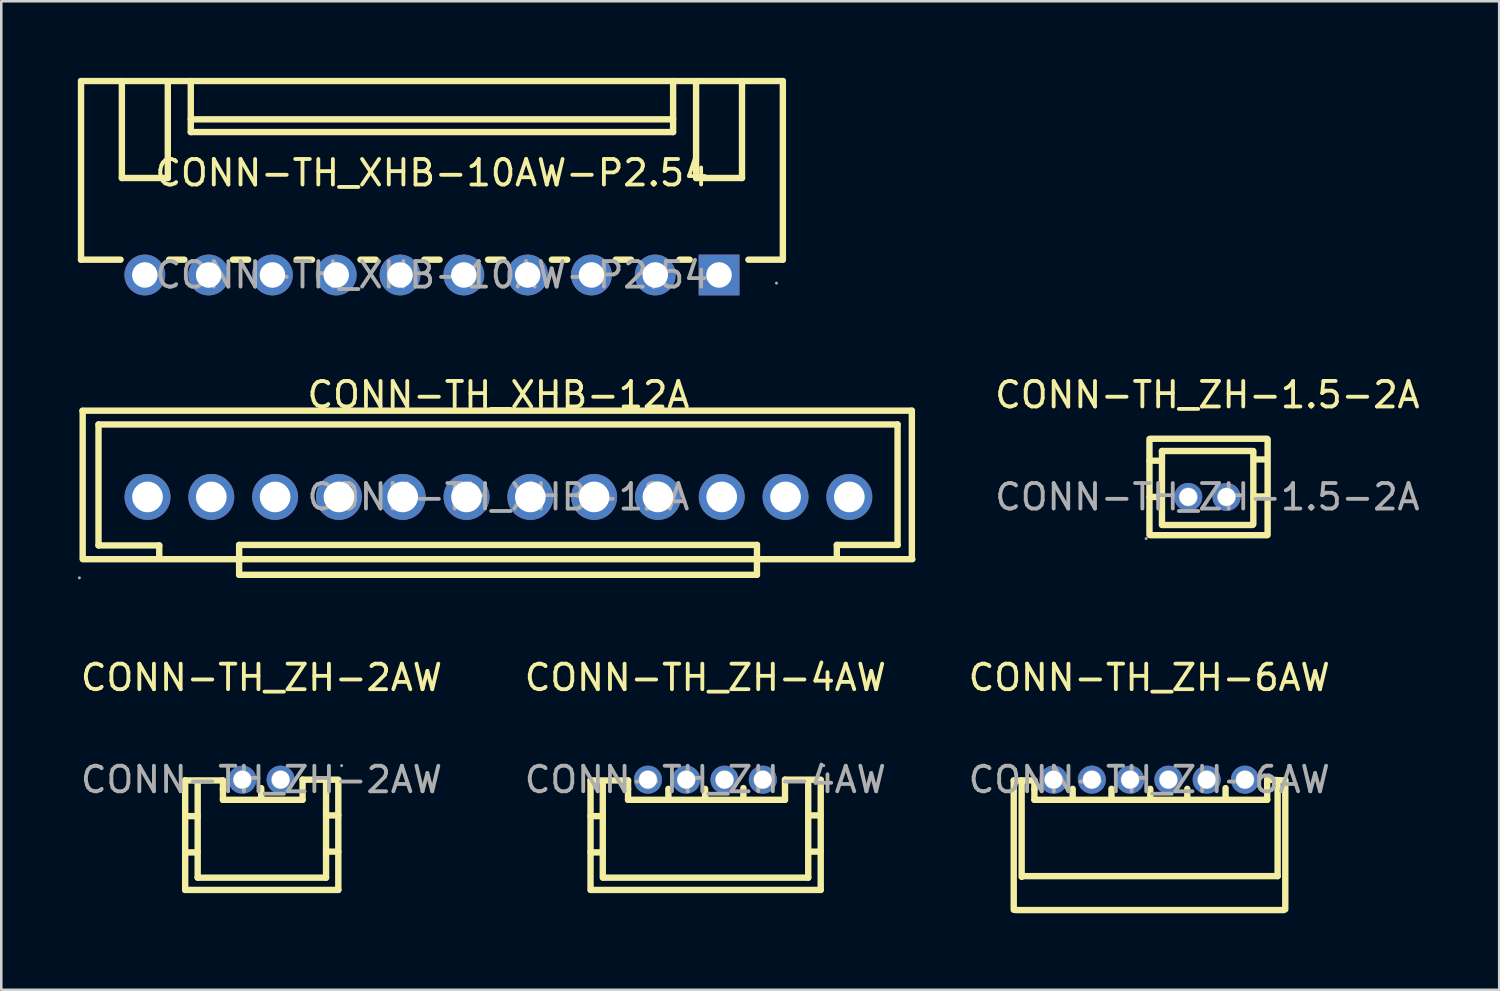
<source format=kicad_pcb>
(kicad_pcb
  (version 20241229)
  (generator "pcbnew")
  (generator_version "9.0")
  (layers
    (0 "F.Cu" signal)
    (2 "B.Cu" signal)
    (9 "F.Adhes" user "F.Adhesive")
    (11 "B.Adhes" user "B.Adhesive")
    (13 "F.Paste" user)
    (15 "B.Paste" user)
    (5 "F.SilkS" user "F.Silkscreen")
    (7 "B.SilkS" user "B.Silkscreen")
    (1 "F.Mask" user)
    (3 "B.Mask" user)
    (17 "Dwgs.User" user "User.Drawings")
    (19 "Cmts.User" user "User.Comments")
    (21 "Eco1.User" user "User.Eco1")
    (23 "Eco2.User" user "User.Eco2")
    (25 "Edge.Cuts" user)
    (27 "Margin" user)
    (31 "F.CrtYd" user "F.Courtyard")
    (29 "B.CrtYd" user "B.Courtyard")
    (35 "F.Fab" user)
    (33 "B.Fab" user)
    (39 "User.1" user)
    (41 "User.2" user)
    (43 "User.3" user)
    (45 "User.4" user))
  (footprint "CONN-TH_ZH-1.5-2A"
    (layer "F.Cu")
    (at 44.26 16.422)
    (property "Reference" "CONN-TH_ZH-1.5-2A" (at 0 -4 0) (layer "F.SilkS") (effects (font (size 1 1) (thickness 0.15))))
    (attr through_hole)
    (fp_line (start -2.27 1.48) (end -2.27 -2.27) (stroke (width 0.25) (type solid)) (layer "F.SilkS"))
    (fp_line (start -2.24 1.5) (end 2.33 1.5) (stroke (width 0.25) (type solid)) (layer "F.SilkS"))
    (fp_line (start -2.23 -2.28) (end 2.34 -2.28) (stroke (width 0.25) (type solid)) (layer "F.SilkS"))
    (fp_line (start -1.78 -1.8) (end -1.78 1.07) (stroke (width 0.25) (type solid)) (layer "F.SilkS"))
    (fp_line (start -1.78 -1.8) (end 1.77 -1.8) (stroke (width 0.25) (type solid)) (layer "F.SilkS"))
    (fp_line (start -1.78 -1.42) (end -2.27 -1.42) (stroke (width 0.25) (type solid)) (layer "F.SilkS"))
    (fp_line (start -1.78 0) (end -2.27 0) (stroke (width 0.25) (type solid)) (layer "F.SilkS"))
    (fp_line (start -1.78 1.1) (end 1.77 1.1) (stroke (width 0.25) (type solid)) (layer "F.SilkS"))
    (fp_line (start 1.8 -1.8) (end 1.8 1.07) (stroke (width 0.25) (type solid)) (layer "F.SilkS"))
    (fp_line (start 1.82 -1.47) (end 2.32 -1.47) (stroke (width 0.25) (type solid)) (layer "F.SilkS"))
    (fp_line (start 1.82 -0.02) (end 2.32 -0.02) (stroke (width 0.25) (type solid)) (layer "F.SilkS"))
    (fp_line (start 2.36 1.49) (end 2.36 -2.26) (stroke (width 0.25) (type solid)) (layer "F.SilkS"))
    (fp_circle (center -2.4 1.63) (end -2.37 1.63) (stroke (width 0.06) (type solid)) (fill no) (layer "F.Fab"))
    (fp_circle (center -0.75 0) (end -0.63 0) (stroke (width 0.25) (type solid)) (fill no) (layer "F.Fab"))
    (fp_circle (center 0.75 0) (end 0.87 0) (stroke (width 0.25) (type solid)) (fill no) (layer "F.Fab"))
    (fp_text user "${REFERENCE}" (at 0 0 0) (layer "F.Fab") (effects (font (size 1 1) (thickness 0.15))))
    (pad "1" thru_hole circle (at -0.75 0) (size 1.1 1.1) (drill 0.7) (layers "*.Cu" "*.Paste" "*.Mask"))
    (pad "2" thru_hole circle (at 0.75 0) (size 1.1 1.1) (drill 0.7) (layers "*.Cu" "*.Paste" "*.Mask")))
  (footprint "CONN-TH_XHB-10AW-P2.54"
    (layer "F.Cu")
    (at 13.875 7.725)
    (property "Reference" "CONN-TH_XHB-10AW-P2.54" (at 0 -4 0) (layer "F.SilkS") (effects (font (size 1 1) (thickness 0.15))))
    (attr through_hole)
    (fp_line (start -13.75 -0.6) (end -13.75 -7.6) (stroke (width 0.25) (type solid)) (layer "F.SilkS"))
    (fp_line (start -13.75 -0.6) (end -12.2 -0.6) (stroke (width 0.25) (type solid)) (layer "F.SilkS"))
    (fp_line (start -12.15 -7.6) (end -12.15 -3.8) (stroke (width 0.25) (type solid)) (layer "F.SilkS"))
    (fp_line (start -12.15 -3.8) (end -10.35 -3.8) (stroke (width 0.25) (type solid)) (layer "F.SilkS"))
    (fp_line (start -10.35 -7.6) (end -10.35 -3.8) (stroke (width 0.25) (type solid)) (layer "F.SilkS"))
    (fp_line (start -10.3 -0.6) (end -9.7 -0.6) (stroke (width 0.25) (type solid)) (layer "F.SilkS"))
    (fp_line (start -9.45 -6.1) (end 9.45 -6.1) (stroke (width 0.25) (type solid)) (layer "F.SilkS"))
    (fp_line (start -9.45 -5.6) (end -9.45 -7.6) (stroke (width 0.25) (type solid)) (layer "F.SilkS"))
    (fp_line (start -9.45 -5.6) (end 9.45 -5.6) (stroke (width 0.25) (type solid)) (layer "F.SilkS"))
    (fp_line (start -7.8 -0.6) (end -7.2 -0.6) (stroke (width 0.25) (type solid)) (layer "F.SilkS"))
    (fp_line (start -5.3 -0.6) (end -4.7 -0.6) (stroke (width 0.25) (type solid)) (layer "F.SilkS"))
    (fp_line (start -2.8 -0.6) (end -2.2 -0.6) (stroke (width 0.25) (type solid)) (layer "F.SilkS"))
    (fp_line (start -0.3 -0.6) (end 0.3 -0.6) (stroke (width 0.25) (type solid)) (layer "F.SilkS"))
    (fp_line (start 2.2 -0.6) (end 2.8 -0.6) (stroke (width 0.25) (type solid)) (layer "F.SilkS"))
    (fp_line (start 4.7 -0.6) (end 5.3 -0.6) (stroke (width 0.25) (type solid)) (layer "F.SilkS"))
    (fp_line (start 7.2 -0.6) (end 7.8 -0.6) (stroke (width 0.25) (type solid)) (layer "F.SilkS"))
    (fp_line (start 9.45 -5.6) (end 9.45 -7.6) (stroke (width 0.25) (type solid)) (layer "F.SilkS"))
    (fp_line (start 9.7 -0.6) (end 10.1 -0.6) (stroke (width 0.25) (type solid)) (layer "F.SilkS"))
    (fp_line (start 10.35 -7.6) (end 10.35 -3.8) (stroke (width 0.25) (type solid)) (layer "F.SilkS"))
    (fp_line (start 10.35 -3.8) (end 12.15 -3.8) (stroke (width 0.25) (type solid)) (layer "F.SilkS"))
    (fp_line (start 12.15 -7.6) (end 12.15 -3.8) (stroke (width 0.25) (type solid)) (layer "F.SilkS"))
    (fp_line (start 12.4 -0.6) (end 13.75 -0.6) (stroke (width 0.25) (type solid)) (layer "F.SilkS"))
    (fp_line (start 13.75 -7.6) (end -13.75 -7.6) (stroke (width 0.25) (type solid)) (layer "F.SilkS"))
    (fp_line (start 13.75 -0.6) (end 13.75 -7.6) (stroke (width 0.25) (type solid)) (layer "F.SilkS"))
    (fp_circle (center 13.5 0.32) (end 13.53 0.32) (stroke (width 0.06) (type solid)) (fill no) (layer "F.Fab"))
    (fp_text user "${REFERENCE}" (at 0 0 0) (layer "F.Fab") (effects (font (size 1 1) (thickness 0.15))))
    (pad "1" thru_hole rect (at 11.25 0) (size 1.6 1.6) (drill 1) (layers "*.Cu" "*.Paste" "*.Mask"))
    (pad "2" thru_hole circle (at 8.75 0) (size 1.6 1.6) (drill 1) (layers "*.Cu" "*.Paste" "*.Mask"))
    (pad "3" thru_hole circle (at 6.25 0) (size 1.6 1.6) (drill 1) (layers "*.Cu" "*.Paste" "*.Mask"))
    (pad "4" thru_hole circle (at 3.75 0) (size 1.6 1.6) (drill 1) (layers "*.Cu" "*.Paste" "*.Mask"))
    (pad "5" thru_hole circle (at 1.25 0) (size 1.6 1.6) (drill 1) (layers "*.Cu" "*.Paste" "*.Mask"))
    (pad "6" thru_hole circle (at -1.25 0) (size 1.6 1.6) (drill 1) (layers "*.Cu" "*.Paste" "*.Mask"))
    (pad "7" thru_hole circle (at -3.75 0) (size 1.6 1.6) (drill 1) (layers "*.Cu" "*.Paste" "*.Mask"))
    (pad "8" thru_hole circle (at -6.25 0) (size 1.6 1.6) (drill 1) (layers "*.Cu" "*.Paste" "*.Mask"))
    (pad "9" thru_hole circle (at -8.75 0) (size 1.6 1.6) (drill 1) (layers "*.Cu" "*.Paste" "*.Mask"))
    (pad "10" thru_hole circle (at -11.25 0) (size 1.6 1.6) (drill 1) (layers "*.Cu" "*.Paste" "*.Mask")))
  (footprint "CONN-TH_XHB-12A"
    (layer "F.Cu")
    (at 16.48 16.422)
    (property "Reference" "CONN-TH_XHB-12A" (at 0 -4 0) (layer "F.SilkS") (effects (font (size 1 1) (thickness 0.15))))
    (attr through_hole)
    (fp_line (start -16.3 -3.38) (end 16.2 -3.38) (stroke (width 0.25) (type solid)) (layer "F.SilkS"))
    (fp_line (start -16.29 -3.37) (end -16.29 2.43) (stroke (width 0.25) (type solid)) (layer "F.SilkS"))
    (fp_line (start -16.28 2.44) (end 16.22 2.44) (stroke (width 0.25) (type solid)) (layer "F.SilkS"))
    (fp_line (start -15.67 -2.84) (end -15.67 1.9) (stroke (width 0.25) (type solid)) (layer "F.SilkS"))
    (fp_line (start -15.67 -2.84) (end 15.64 -2.84) (stroke (width 0.25) (type solid)) (layer "F.SilkS"))
    (fp_line (start -15.67 1.9) (end -13.29 1.9) (stroke (width 0.25) (type solid)) (layer "F.SilkS"))
    (fp_line (start -13.29 1.9) (end -13.29 2.41) (stroke (width 0.25) (type solid)) (layer "F.SilkS"))
    (fp_line (start -10.16 1.88) (end -10.16 2.39) (stroke (width 0.25) (type solid)) (layer "F.SilkS"))
    (fp_line (start -10.16 1.88) (end 10.13 1.88) (stroke (width 0.25) (type solid)) (layer "F.SilkS"))
    (fp_line (start -10.16 3.02) (end -10.16 2.51) (stroke (width 0.25) (type solid)) (layer "F.SilkS"))
    (fp_line (start -10.16 3.05) (end -10.16 3.05) (stroke (width 0.25) (type solid)) (layer "F.SilkS"))
    (fp_line (start 10.13 1.88) (end 10.13 1.88) (stroke (width 0.25) (type solid)) (layer "F.SilkS"))
    (fp_line (start 10.13 1.9) (end 10.13 2.41) (stroke (width 0.25) (type solid)) (layer "F.SilkS"))
    (fp_line (start 10.13 3.05) (end -10.16 3.05) (stroke (width 0.25) (type solid)) (layer "F.SilkS"))
    (fp_line (start 10.13 3.05) (end 10.13 2.54) (stroke (width 0.25) (type solid)) (layer "F.SilkS"))
    (fp_line (start 13.26 1.88) (end 13.26 2.39) (stroke (width 0.25) (type solid)) (layer "F.SilkS"))
    (fp_line (start 13.26 1.88) (end 15.64 1.88) (stroke (width 0.25) (type solid)) (layer "F.SilkS"))
    (fp_line (start 15.64 -2.84) (end 15.64 1.88) (stroke (width 0.25) (type solid)) (layer "F.SilkS"))
    (fp_line (start 15.64 1.88) (end 15.64 1.88) (stroke (width 0.25) (type solid)) (layer "F.SilkS"))
    (fp_line (start 16.2 -3.38) (end 16.2 2.41) (stroke (width 0.25) (type solid)) (layer "F.SilkS"))
    (fp_circle (center -16.42 3.17) (end -16.39 3.17) (stroke (width 0.06) (type solid)) (fill no) (layer "F.Fab"))
    (fp_circle (center -13.75 0) (end -13.5 0) (stroke (width 0.5) (type solid)) (fill no) (layer "F.Fab"))
    (fp_circle (center -11.25 0) (end -11 0) (stroke (width 0.5) (type solid)) (fill no) (layer "F.Fab"))
    (fp_circle (center -8.75 0) (end -8.5 0) (stroke (width 0.5) (type solid)) (fill no) (layer "F.Fab"))
    (fp_circle (center -6.25 0) (end -6 0) (stroke (width 0.5) (type solid)) (fill no) (layer "F.Fab"))
    (fp_circle (center -3.75 0) (end -3.5 0) (stroke (width 0.5) (type solid)) (fill no) (layer "F.Fab"))
    (fp_circle (center -1.25 0) (end -1 0) (stroke (width 0.5) (type solid)) (fill no) (layer "F.Fab"))
    (fp_circle (center 1.25 0) (end 1.5 0) (stroke (width 0.5) (type solid)) (fill no) (layer "F.Fab"))
    (fp_circle (center 3.75 0) (end 4 0) (stroke (width 0.5) (type solid)) (fill no) (layer "F.Fab"))
    (fp_circle (center 6.25 0) (end 6.5 0) (stroke (width 0.5) (type solid)) (fill no) (layer "F.Fab"))
    (fp_circle (center 8.75 0) (end 9 0) (stroke (width 0.5) (type solid)) (fill no) (layer "F.Fab"))
    (fp_circle (center 11.25 0) (end 11.5 0) (stroke (width 0.5) (type solid)) (fill no) (layer "F.Fab"))
    (fp_circle (center 13.75 0) (end 14 0) (stroke (width 0.5) (type solid)) (fill no) (layer "F.Fab"))
    (fp_text user "${REFERENCE}" (at 0 0 0) (layer "F.Fab") (effects (font (size 1 1) (thickness 0.15))))
    (pad "1" thru_hole circle (at -13.75 0) (size 1.8 1.8) (drill 1.199) (layers "*.Cu" "*.Paste" "*.Mask"))
    (pad "2" thru_hole circle (at -11.25 0) (size 1.8 1.8) (drill 1.199) (layers "*.Cu" "*.Paste" "*.Mask"))
    (pad "3" thru_hole circle (at -8.75 0) (size 1.8 1.8) (drill 1.199) (layers "*.Cu" "*.Paste" "*.Mask"))
    (pad "4" thru_hole circle (at -6.25 0) (size 1.8 1.8) (drill 1.199) (layers "*.Cu" "*.Paste" "*.Mask"))
    (pad "5" thru_hole circle (at -3.75 0) (size 1.8 1.8) (drill 1.199) (layers "*.Cu" "*.Paste" "*.Mask"))
    (pad "6" thru_hole circle (at -1.25 0) (size 1.8 1.8) (drill 1.199) (layers "*.Cu" "*.Paste" "*.Mask"))
    (pad "7" thru_hole circle (at 1.25 0) (size 1.8 1.8) (drill 1.199) (layers "*.Cu" "*.Paste" "*.Mask"))
    (pad "8" thru_hole circle (at 3.75 0) (size 1.8 1.8) (drill 1.199) (layers "*.Cu" "*.Paste" "*.Mask"))
    (pad "9" thru_hole circle (at 6.25 0) (size 1.8 1.8) (drill 1.199) (layers "*.Cu" "*.Paste" "*.Mask"))
    (pad "10" thru_hole circle (at 8.75 0) (size 1.8 1.8) (drill 1.199) (layers "*.Cu" "*.Paste" "*.Mask"))
    (pad "11" thru_hole circle (at 11.25 0) (size 1.8 1.8) (drill 1.199) (layers "*.Cu" "*.Paste" "*.Mask"))
    (pad "12" thru_hole circle (at 13.75 0) (size 1.8 1.8) (drill 1.199) (layers "*.Cu" "*.Paste" "*.Mask")))
  (footprint "CONN-TH_ZH-2AW"
    (layer "F.Cu")
    (at 7.196 27.5)
    (property "Reference" "CONN-TH_ZH-2AW" (at 0 -4 0) (layer "F.SilkS") (effects (font (size 1 1) (thickness 0.15))))
    (attr through_hole)
    (fp_line (start -2.99 0.03) (end -1.51 0.03) (stroke (width 0.25) (type solid)) (layer "F.SilkS"))
    (fp_line (start -2.99 4.32) (end -2.99 0.02) (stroke (width 0.25) (type solid)) (layer "F.SilkS"))
    (fp_line (start -2.98 1.43) (end -2.5 1.43) (stroke (width 0.25) (type solid)) (layer "F.SilkS"))
    (fp_line (start -2.98 2.85) (end -2.5 2.85) (stroke (width 0.25) (type solid)) (layer "F.SilkS"))
    (fp_line (start -2.5 3.84) (end -2.5 0.05) (stroke (width 0.25) (type solid)) (layer "F.SilkS"))
    (fp_line (start -1.51 0.03) (end -1.51 0.38) (stroke (width 0.25) (type solid)) (layer "F.SilkS"))
    (fp_line (start -1.51 0.79) (end -1.51 0.36) (stroke (width 0.25) (type solid)) (layer "F.SilkS"))
    (fp_line (start -0.01 0.79) (end -0.01 0.33) (stroke (width 0.25) (type solid)) (layer "F.SilkS"))
    (fp_line (start 0.01 0.79) (end -1.51 0.79) (stroke (width 0.25) (type solid)) (layer "F.SilkS"))
    (fp_line (start 1.61 0) (end 1.61 0.79) (stroke (width 0.25) (type solid)) (layer "F.SilkS"))
    (fp_line (start 1.61 0.79) (end -0.01 0.79) (stroke (width 0.25) (type solid)) (layer "F.SilkS"))
    (fp_line (start 2.53 1.4) (end 3.01 1.4) (stroke (width 0.25) (type solid)) (layer "F.SilkS"))
    (fp_line (start 2.53 2.82) (end 3.01 2.82) (stroke (width 0.25) (type solid)) (layer "F.SilkS"))
    (fp_line (start 2.53 3.84) (end -2.5 3.84) (stroke (width 0.25) (type solid)) (layer "F.SilkS"))
    (fp_line (start 2.53 3.84) (end 2.53 0.08) (stroke (width 0.25) (type solid)) (layer "F.SilkS"))
    (fp_line (start 3.01 0) (end 1.61 0) (stroke (width 0.25) (type solid)) (layer "F.SilkS"))
    (fp_line (start 3.01 4.32) (end -2.99 4.32) (stroke (width 0.25) (type solid)) (layer "F.SilkS"))
    (fp_line (start 3.01 4.32) (end 3.01 0.02) (stroke (width 0.25) (type solid)) (layer "F.SilkS"))
    (fp_circle (center -0.75 0) (end -0.63 0) (stroke (width 0.25) (type solid)) (fill no) (layer "F.Fab"))
    (fp_circle (center 0.75 0) (end 0.87 0) (stroke (width 0.25) (type solid)) (fill no) (layer "F.Fab"))
    (fp_circle (center 3.14 -0.55) (end 3.17 -0.55) (stroke (width 0.06) (type solid)) (fill no) (layer "F.Fab"))
    (fp_text user "${REFERENCE}" (at 0 0 0) (layer "F.Fab") (effects (font (size 1 1) (thickness 0.15))))
    (pad "1" thru_hole circle (at 0.75 0 180) (size 1.1 1.1) (drill 0.7) (layers "*.Cu" "*.Paste" "*.Mask"))
    (pad "2" thru_hole circle (at -0.75 0 180) (size 1.1 1.1) (drill 0.7) (layers "*.Cu" "*.Paste" "*.Mask")))
  (footprint "CONN-TH_ZH-6AW"
    (layer "F.Cu")
    (at 41.982 27.5)
    (property "Reference" "CONN-TH_ZH-6AW" (at 0 -4 0) (layer "F.SilkS") (effects (font (size 1 1) (thickness 0.15))))
    (attr through_hole)
    (fp_line (start -5.31 0.03) (end -4.5 0.03) (stroke (width 0.25) (type solid)) (layer "F.SilkS"))
    (fp_line (start -5.31 5.1) (end -5.31 0.04) (stroke (width 0.25) (type solid)) (layer "F.SilkS"))
    (fp_line (start -5 3.81) (end -5 0.03) (stroke (width 0.25) (type solid)) (layer "F.SilkS"))
    (fp_line (start -4.5 0.03) (end -4.5 0.38) (stroke (width 0.25) (type solid)) (layer "F.SilkS"))
    (fp_line (start -4.5 0.79) (end -4.5 0.36) (stroke (width 0.25) (type solid)) (layer "F.SilkS"))
    (fp_line (start -3 0.79) (end -3 0.36) (stroke (width 0.25) (type solid)) (layer "F.SilkS"))
    (fp_line (start -2.98 0.79) (end -4.5 0.79) (stroke (width 0.25) (type solid)) (layer "F.SilkS"))
    (fp_line (start -1.48 0.79) (end -3 0.79) (stroke (width 0.25) (type solid)) (layer "F.SilkS"))
    (fp_line (start -1.48 0.79) (end -1.48 0.36) (stroke (width 0.25) (type solid)) (layer "F.SilkS"))
    (fp_line (start 0.04 0.79) (end -1.48 0.79) (stroke (width 0.25) (type solid)) (layer "F.SilkS"))
    (fp_line (start 0.04 0.79) (end 0.04 0.36) (stroke (width 0.25) (type solid)) (layer "F.SilkS"))
    (fp_line (start 1.49 0.79) (end 1.49 0.36) (stroke (width 0.25) (type solid)) (layer "F.SilkS"))
    (fp_line (start 1.57 0.79) (end 0.04 0.79) (stroke (width 0.25) (type solid)) (layer "F.SilkS"))
    (fp_line (start 2.99 0.79) (end 2.99 0.33) (stroke (width 0.25) (type solid)) (layer "F.SilkS"))
    (fp_line (start 3.02 0.79) (end 1.49 0.79) (stroke (width 0.25) (type solid)) (layer "F.SilkS"))
    (fp_line (start 4.62 0) (end 4.62 0.79) (stroke (width 0.25) (type solid)) (layer "F.SilkS"))
    (fp_line (start 4.62 0.79) (end 2.99 0.79) (stroke (width 0.25) (type solid)) (layer "F.SilkS"))
    (fp_line (start 5.03 3.78) (end -4.98 3.78) (stroke (width 0.25) (type solid)) (layer "F.SilkS"))
    (fp_line (start 5.03 3.78) (end 5.03 0.03) (stroke (width 0.25) (type solid)) (layer "F.SilkS"))
    (fp_line (start 5.27 5.11) (end -5.23 5.11) (stroke (width 0.25) (type solid)) (layer "F.SilkS"))
    (fp_line (start 5.33 0.03) (end 4.62 0) (stroke (width 0.25) (type solid)) (layer "F.SilkS"))
    (fp_line (start 5.33 5.08) (end 5.33 0) (stroke (width 0.25) (type solid)) (layer "F.SilkS"))
    (fp_circle (center -3.75 0) (end -3.63 0) (stroke (width 0.25) (type solid)) (fill no) (layer "F.Fab"))
    (fp_circle (center -2.25 0) (end -2.13 0) (stroke (width 0.25) (type solid)) (fill no) (layer "F.Fab"))
    (fp_circle (center -0.75 0) (end -0.63 0) (stroke (width 0.25) (type solid)) (fill no) (layer "F.Fab"))
    (fp_circle (center 0.75 0) (end 0.87 0) (stroke (width 0.25) (type solid)) (fill no) (layer "F.Fab"))
    (fp_circle (center 2.25 0) (end 2.37 0) (stroke (width 0.25) (type solid)) (fill no) (layer "F.Fab"))
    (fp_circle (center 3.75 0) (end 3.87 0) (stroke (width 0.25) (type solid)) (fill no) (layer "F.Fab"))
    (fp_circle (center 5.46 -0.55) (end 5.49 -0.55) (stroke (width 0.06) (type solid)) (fill no) (layer "F.Fab"))
    (fp_text user "${REFERENCE}" (at 0 0 0) (layer "F.Fab") (effects (font (size 1 1) (thickness 0.15))))
    (pad "1" thru_hole circle (at 3.75 0 180) (size 1.1 1.1) (drill 0.7) (layers "*.Cu" "*.Paste" "*.Mask"))
    (pad "2" thru_hole circle (at 2.25 0 180) (size 1.1 1.1) (drill 0.7) (layers "*.Cu" "*.Paste" "*.Mask"))
    (pad "3" thru_hole circle (at 0.75 0 180) (size 1.1 1.1) (drill 0.7) (layers "*.Cu" "*.Paste" "*.Mask"))
    (pad "4" thru_hole circle (at -0.75 0 180) (size 1.1 1.1) (drill 0.7) (layers "*.Cu" "*.Paste" "*.Mask"))
    (pad "5" thru_hole circle (at -2.25 0 180) (size 1.1 1.1) (drill 0.7) (layers "*.Cu" "*.Paste" "*.Mask"))
    (pad "6" thru_hole circle (at -3.75 0 180) (size 1.1 1.1) (drill 0.7) (layers "*.Cu" "*.Paste" "*.Mask")))
  (footprint "CONN-TH_ZH-4AW"
    (layer "F.Cu")
    (at 24.589 27.5)
    (property "Reference" "CONN-TH_ZH-4AW" (at 0 -4 0) (layer "F.SilkS") (effects (font (size 1 1) (thickness 0.15))))
    (attr through_hole)
    (fp_line (start -4.5 0.03) (end -3.03 0.03) (stroke (width 0.25) (type solid)) (layer "F.SilkS"))
    (fp_line (start -4.5 1.43) (end -4.02 1.43) (stroke (width 0.25) (type solid)) (layer "F.SilkS"))
    (fp_line (start -4.5 2.85) (end -4.02 2.85) (stroke (width 0.25) (type solid)) (layer "F.SilkS"))
    (fp_line (start -4.5 4.32) (end -4.5 0.02) (stroke (width 0.25) (type solid)) (layer "F.SilkS"))
    (fp_line (start -4.02 3.84) (end -4.02 0.05) (stroke (width 0.25) (type solid)) (layer "F.SilkS"))
    (fp_line (start -3.03 0.03) (end -3.03 0.38) (stroke (width 0.25) (type solid)) (layer "F.SilkS"))
    (fp_line (start -3.03 0.79) (end -3.03 0.36) (stroke (width 0.25) (type solid)) (layer "F.SilkS"))
    (fp_line (start -1.48 0.79) (end -3.03 0.79) (stroke (width 0.25) (type solid)) (layer "F.SilkS"))
    (fp_line (start -1.45 0.79) (end -1.45 0.36) (stroke (width 0.25) (type solid)) (layer "F.SilkS"))
    (fp_line (start -0.01 0.79) (end -0.01 0.36) (stroke (width 0.25) (type solid)) (layer "F.SilkS"))
    (fp_line (start 0.07 0.79) (end -1.45 0.79) (stroke (width 0.25) (type solid)) (layer "F.SilkS"))
    (fp_line (start 1.49 0.79) (end 1.49 0.33) (stroke (width 0.25) (type solid)) (layer "F.SilkS"))
    (fp_line (start 1.52 0.79) (end -0.01 0.79) (stroke (width 0.25) (type solid)) (layer "F.SilkS"))
    (fp_line (start 3.12 0) (end 3.12 0.79) (stroke (width 0.25) (type solid)) (layer "F.SilkS"))
    (fp_line (start 3.12 0.79) (end 1.49 0.79) (stroke (width 0.25) (type solid)) (layer "F.SilkS"))
    (fp_line (start 4.03 1.4) (end 4.52 1.4) (stroke (width 0.25) (type solid)) (layer "F.SilkS"))
    (fp_line (start 4.03 2.82) (end 4.52 2.82) (stroke (width 0.25) (type solid)) (layer "F.SilkS"))
    (fp_line (start 4.03 3.84) (end -3.99 3.84) (stroke (width 0.25) (type solid)) (layer "F.SilkS"))
    (fp_line (start 4.03 3.84) (end 4.03 0.08) (stroke (width 0.25) (type solid)) (layer "F.SilkS"))
    (fp_line (start 4.52 0) (end 3.12 0) (stroke (width 0.25) (type solid)) (layer "F.SilkS"))
    (fp_line (start 4.52 4.32) (end -4.49 4.32) (stroke (width 0.25) (type solid)) (layer "F.SilkS"))
    (fp_line (start 4.52 4.32) (end 4.52 0.02) (stroke (width 0.25) (type solid)) (layer "F.SilkS"))
    (fp_circle (center -2.25 0) (end -2.13 0) (stroke (width 0.25) (type solid)) (fill no) (layer "F.Fab"))
    (fp_circle (center -0.75 0) (end -0.63 0) (stroke (width 0.25) (type solid)) (fill no) (layer "F.Fab"))
    (fp_circle (center 0.75 0) (end 0.87 0) (stroke (width 0.25) (type solid)) (fill no) (layer "F.Fab"))
    (fp_circle (center 2.25 0) (end 2.37 0) (stroke (width 0.25) (type solid)) (fill no) (layer "F.Fab"))
    (fp_circle (center 4.64 -0.55) (end 4.67 -0.55) (stroke (width 0.06) (type solid)) (fill no) (layer "F.Fab"))
    (fp_text user "${REFERENCE}" (at 0 0 0) (layer "F.Fab") (effects (font (size 1 1) (thickness 0.15))))
    (pad "1" thru_hole circle (at 2.25 0 180) (size 1.1 1.1) (drill 0.7) (layers "*.Cu" "*.Paste" "*.Mask"))
    (pad "2" thru_hole circle (at 0.75 0 180) (size 1.1 1.1) (drill 0.7) (layers "*.Cu" "*.Paste" "*.Mask"))
    (pad "3" thru_hole circle (at -0.75 0 180) (size 1.1 1.1) (drill 0.7) (layers "*.Cu" "*.Paste" "*.Mask"))
    (pad "4" thru_hole circle (at -2.25 0 180) (size 1.1 1.1) (drill 0.7) (layers "*.Cu" "*.Paste" "*.Mask")))
  (gr_rect
    (start -3 -3)
    (end 55.694 35.735)
    (stroke (width 0.1) (type default))
    (fill no)
    (layer "Edge.Cuts")))
</source>
